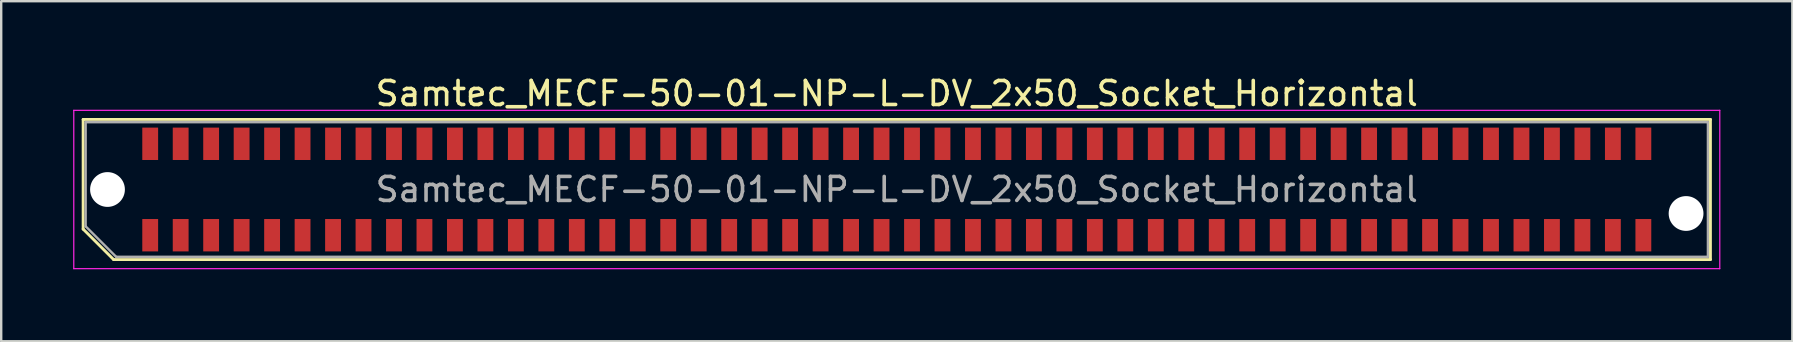
<source format=kicad_pcb>
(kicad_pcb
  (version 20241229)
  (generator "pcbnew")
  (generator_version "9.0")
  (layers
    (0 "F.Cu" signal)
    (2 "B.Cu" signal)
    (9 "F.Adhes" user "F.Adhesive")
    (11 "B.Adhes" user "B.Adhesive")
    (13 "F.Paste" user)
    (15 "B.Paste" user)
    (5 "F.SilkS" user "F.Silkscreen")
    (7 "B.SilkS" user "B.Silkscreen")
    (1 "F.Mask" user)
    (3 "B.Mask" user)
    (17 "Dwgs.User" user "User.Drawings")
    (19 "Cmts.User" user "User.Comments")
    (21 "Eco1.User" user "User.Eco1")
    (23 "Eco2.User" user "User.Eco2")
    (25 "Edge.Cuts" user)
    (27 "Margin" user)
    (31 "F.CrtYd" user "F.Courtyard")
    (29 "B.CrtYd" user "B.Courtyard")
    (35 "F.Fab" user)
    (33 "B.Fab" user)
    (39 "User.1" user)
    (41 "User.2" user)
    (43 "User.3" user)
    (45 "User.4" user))
  (footprint "Samtec_MECF-50-01-NP-L-DV_2x50_Socket_Horizontal"
    (layer "F.Cu")
    (at 34.325 4.848)
    (property "Reference" "Samtec_MECF-50-01-NP-L-DV_2x50_Socket_Horizontal" (at 0 -4 0) (layer "F.SilkS") (effects (font (size 1 1) (thickness 0.15))))
    (attr smd)
    (fp_line (start -33.91 -2.92) (end 33.91 -2.92) (stroke (width 0.12) (type solid)) (layer "F.SilkS"))
    (fp_line (start -33.91 1.65) (end -33.91 -2.92) (stroke (width 0.12) (type solid)) (layer "F.SilkS"))
    (fp_line (start -32.64 2.92) (end -33.91 1.65) (stroke (width 0.12) (type solid)) (layer "F.SilkS"))
    (fp_line (start -32.64 2.92) (end 33.91 2.92) (stroke (width 0.12) (type solid)) (layer "F.SilkS"))
    (fp_line (start 33.91 2.92) (end 33.91 -2.92) (stroke (width 0.12) (type solid)) (layer "F.SilkS"))
    (fp_line (start -34.3 -3.3) (end -34.3 3.3) (stroke (width 0.05) (type solid)) (layer "F.CrtYd"))
    (fp_line (start -34.3 3.3) (end 34.3 3.3) (stroke (width 0.05) (type solid)) (layer "F.CrtYd"))
    (fp_line (start 34.3 -3.3) (end -34.3 -3.3) (stroke (width 0.05) (type solid)) (layer "F.CrtYd"))
    (fp_line (start 34.3 3.3) (end 34.3 -3.3) (stroke (width 0.05) (type solid)) (layer "F.CrtYd"))
    (fp_line (start -33.805 -2.805) (end 33.805 -2.805) (stroke (width 0.1) (type solid)) (layer "F.Fab"))
    (fp_line (start -33.805 1.535) (end -33.805 -2.805) (stroke (width 0.1) (type solid)) (layer "F.Fab"))
    (fp_line (start -33.805 1.535) (end -32.535 2.805) (stroke (width 0.1) (type solid)) (layer "F.Fab"))
    (fp_line (start -32.535 2.805) (end 33.805 2.805) (stroke (width 0.1) (type solid)) (layer "F.Fab"))
    (fp_line (start 33.805 2.805) (end 33.805 -2.805) (stroke (width 0.1) (type solid)) (layer "F.Fab"))
    (fp_text user "${REFERENCE}" (at 0 0 0) (layer "F.Fab") (effects (font (size 1 1) (thickness 0.15))))
    (pad "" np_thru_hole circle (at -32.895 0) (size 1.45 1.45) (drill 1.45) (layers "*.Cu" "*.Mask"))
    (pad "" np_thru_hole circle (at 32.895 1) (size 1.45 1.45) (drill 1.45) (layers "*.Cu" "*.Mask"))
    (pad "1" smd rect (at -31.115 1.905) (size 0.66 1.35) (layers "F.Cu" "F.Mask" "F.Paste"))
    (pad "2" smd rect (at -31.115 -1.905) (size 0.66 1.35) (layers "F.Cu" "F.Mask" "F.Paste"))
    (pad "3" smd rect (at -29.845 1.905) (size 0.66 1.35) (layers "F.Cu" "F.Mask" "F.Paste"))
    (pad "4" smd rect (at -29.845 -1.905) (size 0.66 1.35) (layers "F.Cu" "F.Mask" "F.Paste"))
    (pad "5" smd rect (at -28.575 1.905) (size 0.66 1.35) (layers "F.Cu" "F.Mask" "F.Paste"))
    (pad "6" smd rect (at -28.575 -1.905) (size 0.66 1.35) (layers "F.Cu" "F.Mask" "F.Paste"))
    (pad "7" smd rect (at -27.305 1.905) (size 0.66 1.35) (layers "F.Cu" "F.Mask" "F.Paste"))
    (pad "8" smd rect (at -27.305 -1.905) (size 0.66 1.35) (layers "F.Cu" "F.Mask" "F.Paste"))
    (pad "9" smd rect (at -26.035 1.905) (size 0.66 1.35) (layers "F.Cu" "F.Mask" "F.Paste"))
    (pad "10" smd rect (at -26.035 -1.905) (size 0.66 1.35) (layers "F.Cu" "F.Mask" "F.Paste"))
    (pad "11" smd rect (at -24.765 1.905) (size 0.66 1.35) (layers "F.Cu" "F.Mask" "F.Paste"))
    (pad "12" smd rect (at -24.765 -1.905) (size 0.66 1.35) (layers "F.Cu" "F.Mask" "F.Paste"))
    (pad "13" smd rect (at -23.495 1.905) (size 0.66 1.35) (layers "F.Cu" "F.Mask" "F.Paste"))
    (pad "14" smd rect (at -23.495 -1.905) (size 0.66 1.35) (layers "F.Cu" "F.Mask" "F.Paste"))
    (pad "15" smd rect (at -22.225 1.905) (size 0.66 1.35) (layers "F.Cu" "F.Mask" "F.Paste"))
    (pad "16" smd rect (at -22.225 -1.905) (size 0.66 1.35) (layers "F.Cu" "F.Mask" "F.Paste"))
    (pad "17" smd rect (at -20.955 1.905) (size 0.66 1.35) (layers "F.Cu" "F.Mask" "F.Paste"))
    (pad "18" smd rect (at -20.955 -1.905) (size 0.66 1.35) (layers "F.Cu" "F.Mask" "F.Paste"))
    (pad "19" smd rect (at -19.685 1.905) (size 0.66 1.35) (layers "F.Cu" "F.Mask" "F.Paste"))
    (pad "20" smd rect (at -19.685 -1.905) (size 0.66 1.35) (layers "F.Cu" "F.Mask" "F.Paste"))
    (pad "21" smd rect (at -18.415 1.905) (size 0.66 1.35) (layers "F.Cu" "F.Mask" "F.Paste"))
    (pad "22" smd rect (at -18.415 -1.905) (size 0.66 1.35) (layers "F.Cu" "F.Mask" "F.Paste"))
    (pad "23" smd rect (at -17.145 1.905) (size 0.66 1.35) (layers "F.Cu" "F.Mask" "F.Paste"))
    (pad "24" smd rect (at -17.145 -1.905) (size 0.66 1.35) (layers "F.Cu" "F.Mask" "F.Paste"))
    (pad "25" smd rect (at -15.875 1.905) (size 0.66 1.35) (layers "F.Cu" "F.Mask" "F.Paste"))
    (pad "26" smd rect (at -15.875 -1.905) (size 0.66 1.35) (layers "F.Cu" "F.Mask" "F.Paste"))
    (pad "27" smd rect (at -14.605 1.905) (size 0.66 1.35) (layers "F.Cu" "F.Mask" "F.Paste"))
    (pad "28" smd rect (at -14.605 -1.905) (size 0.66 1.35) (layers "F.Cu" "F.Mask" "F.Paste"))
    (pad "29" smd rect (at -13.335 1.905) (size 0.66 1.35) (layers "F.Cu" "F.Mask" "F.Paste"))
    (pad "30" smd rect (at -13.335 -1.905) (size 0.66 1.35) (layers "F.Cu" "F.Mask" "F.Paste"))
    (pad "31" smd rect (at -12.065 1.905) (size 0.66 1.35) (layers "F.Cu" "F.Mask" "F.Paste"))
    (pad "32" smd rect (at -12.065 -1.905) (size 0.66 1.35) (layers "F.Cu" "F.Mask" "F.Paste"))
    (pad "33" smd rect (at -10.795 1.905) (size 0.66 1.35) (layers "F.Cu" "F.Mask" "F.Paste"))
    (pad "34" smd rect (at -10.795 -1.905) (size 0.66 1.35) (layers "F.Cu" "F.Mask" "F.Paste"))
    (pad "35" smd rect (at -9.525 1.905) (size 0.66 1.35) (layers "F.Cu" "F.Mask" "F.Paste"))
    (pad "36" smd rect (at -9.525 -1.905) (size 0.66 1.35) (layers "F.Cu" "F.Mask" "F.Paste"))
    (pad "37" smd rect (at -8.255 1.905) (size 0.66 1.35) (layers "F.Cu" "F.Mask" "F.Paste"))
    (pad "38" smd rect (at -8.255 -1.905) (size 0.66 1.35) (layers "F.Cu" "F.Mask" "F.Paste"))
    (pad "39" smd rect (at -6.985 1.905) (size 0.66 1.35) (layers "F.Cu" "F.Mask" "F.Paste"))
    (pad "40" smd rect (at -6.985 -1.905) (size 0.66 1.35) (layers "F.Cu" "F.Mask" "F.Paste"))
    (pad "41" smd rect (at -5.715 1.905) (size 0.66 1.35) (layers "F.Cu" "F.Mask" "F.Paste"))
    (pad "42" smd rect (at -5.715 -1.905) (size 0.66 1.35) (layers "F.Cu" "F.Mask" "F.Paste"))
    (pad "43" smd rect (at -4.445 1.905) (size 0.66 1.35) (layers "F.Cu" "F.Mask" "F.Paste"))
    (pad "44" smd rect (at -4.445 -1.905) (size 0.66 1.35) (layers "F.Cu" "F.Mask" "F.Paste"))
    (pad "45" smd rect (at -3.175 1.905) (size 0.66 1.35) (layers "F.Cu" "F.Mask" "F.Paste"))
    (pad "46" smd rect (at -3.175 -1.905) (size 0.66 1.35) (layers "F.Cu" "F.Mask" "F.Paste"))
    (pad "47" smd rect (at -1.905 1.905) (size 0.66 1.35) (layers "F.Cu" "F.Mask" "F.Paste"))
    (pad "48" smd rect (at -1.905 -1.905) (size 0.66 1.35) (layers "F.Cu" "F.Mask" "F.Paste"))
    (pad "49" smd rect (at -0.635 1.905) (size 0.66 1.35) (layers "F.Cu" "F.Mask" "F.Paste"))
    (pad "50" smd rect (at -0.635 -1.905) (size 0.66 1.35) (layers "F.Cu" "F.Mask" "F.Paste"))
    (pad "51" smd rect (at 0.635 1.905) (size 0.66 1.35) (layers "F.Cu" "F.Mask" "F.Paste"))
    (pad "52" smd rect (at 0.635 -1.905) (size 0.66 1.35) (layers "F.Cu" "F.Mask" "F.Paste"))
    (pad "53" smd rect (at 1.905 1.905) (size 0.66 1.35) (layers "F.Cu" "F.Mask" "F.Paste"))
    (pad "54" smd rect (at 1.905 -1.905) (size 0.66 1.35) (layers "F.Cu" "F.Mask" "F.Paste"))
    (pad "55" smd rect (at 3.175 1.905) (size 0.66 1.35) (layers "F.Cu" "F.Mask" "F.Paste"))
    (pad "56" smd rect (at 3.175 -1.905) (size 0.66 1.35) (layers "F.Cu" "F.Mask" "F.Paste"))
    (pad "57" smd rect (at 4.445 1.905) (size 0.66 1.35) (layers "F.Cu" "F.Mask" "F.Paste"))
    (pad "58" smd rect (at 4.445 -1.905) (size 0.66 1.35) (layers "F.Cu" "F.Mask" "F.Paste"))
    (pad "59" smd rect (at 5.715 1.905) (size 0.66 1.35) (layers "F.Cu" "F.Mask" "F.Paste"))
    (pad "60" smd rect (at 5.715 -1.905) (size 0.66 1.35) (layers "F.Cu" "F.Mask" "F.Paste"))
    (pad "61" smd rect (at 6.985 1.905) (size 0.66 1.35) (layers "F.Cu" "F.Mask" "F.Paste"))
    (pad "62" smd rect (at 6.985 -1.905) (size 0.66 1.35) (layers "F.Cu" "F.Mask" "F.Paste"))
    (pad "63" smd rect (at 8.255 1.905) (size 0.66 1.35) (layers "F.Cu" "F.Mask" "F.Paste"))
    (pad "64" smd rect (at 8.255 -1.905) (size 0.66 1.35) (layers "F.Cu" "F.Mask" "F.Paste"))
    (pad "65" smd rect (at 9.525 1.905) (size 0.66 1.35) (layers "F.Cu" "F.Mask" "F.Paste"))
    (pad "66" smd rect (at 9.525 -1.905) (size 0.66 1.35) (layers "F.Cu" "F.Mask" "F.Paste"))
    (pad "67" smd rect (at 10.795 1.905) (size 0.66 1.35) (layers "F.Cu" "F.Mask" "F.Paste"))
    (pad "68" smd rect (at 10.795 -1.905) (size 0.66 1.35) (layers "F.Cu" "F.Mask" "F.Paste"))
    (pad "69" smd rect (at 12.065 1.905) (size 0.66 1.35) (layers "F.Cu" "F.Mask" "F.Paste"))
    (pad "70" smd rect (at 12.065 -1.905) (size 0.66 1.35) (layers "F.Cu" "F.Mask" "F.Paste"))
    (pad "71" smd rect (at 13.335 1.905) (size 0.66 1.35) (layers "F.Cu" "F.Mask" "F.Paste"))
    (pad "72" smd rect (at 13.335 -1.905) (size 0.66 1.35) (layers "F.Cu" "F.Mask" "F.Paste"))
    (pad "73" smd rect (at 14.605 1.905) (size 0.66 1.35) (layers "F.Cu" "F.Mask" "F.Paste"))
    (pad "74" smd rect (at 14.605 -1.905) (size 0.66 1.35) (layers "F.Cu" "F.Mask" "F.Paste"))
    (pad "75" smd rect (at 15.875 1.905) (size 0.66 1.35) (layers "F.Cu" "F.Mask" "F.Paste"))
    (pad "76" smd rect (at 15.875 -1.905) (size 0.66 1.35) (layers "F.Cu" "F.Mask" "F.Paste"))
    (pad "77" smd rect (at 17.145 1.905) (size 0.66 1.35) (layers "F.Cu" "F.Mask" "F.Paste"))
    (pad "78" smd rect (at 17.145 -1.905) (size 0.66 1.35) (layers "F.Cu" "F.Mask" "F.Paste"))
    (pad "79" smd rect (at 18.415 1.905) (size 0.66 1.35) (layers "F.Cu" "F.Mask" "F.Paste"))
    (pad "80" smd rect (at 18.415 -1.905) (size 0.66 1.35) (layers "F.Cu" "F.Mask" "F.Paste"))
    (pad "81" smd rect (at 19.685 1.905) (size 0.66 1.35) (layers "F.Cu" "F.Mask" "F.Paste"))
    (pad "82" smd rect (at 19.685 -1.905) (size 0.66 1.35) (layers "F.Cu" "F.Mask" "F.Paste"))
    (pad "83" smd rect (at 20.955 1.905) (size 0.66 1.35) (layers "F.Cu" "F.Mask" "F.Paste"))
    (pad "84" smd rect (at 20.955 -1.905) (size 0.66 1.35) (layers "F.Cu" "F.Mask" "F.Paste"))
    (pad "85" smd rect (at 22.225 1.905) (size 0.66 1.35) (layers "F.Cu" "F.Mask" "F.Paste"))
    (pad "86" smd rect (at 22.225 -1.905) (size 0.66 1.35) (layers "F.Cu" "F.Mask" "F.Paste"))
    (pad "87" smd rect (at 23.495 1.905) (size 0.66 1.35) (layers "F.Cu" "F.Mask" "F.Paste"))
    (pad "88" smd rect (at 23.495 -1.905) (size 0.66 1.35) (layers "F.Cu" "F.Mask" "F.Paste"))
    (pad "89" smd rect (at 24.765 1.905) (size 0.66 1.35) (layers "F.Cu" "F.Mask" "F.Paste"))
    (pad "90" smd rect (at 24.765 -1.905) (size 0.66 1.35) (layers "F.Cu" "F.Mask" "F.Paste"))
    (pad "91" smd rect (at 26.035 1.905) (size 0.66 1.35) (layers "F.Cu" "F.Mask" "F.Paste"))
    (pad "92" smd rect (at 26.035 -1.905) (size 0.66 1.35) (layers "F.Cu" "F.Mask" "F.Paste"))
    (pad "93" smd rect (at 27.305 1.905) (size 0.66 1.35) (layers "F.Cu" "F.Mask" "F.Paste"))
    (pad "94" smd rect (at 27.305 -1.905) (size 0.66 1.35) (layers "F.Cu" "F.Mask" "F.Paste"))
    (pad "95" smd rect (at 28.575 1.905) (size 0.66 1.35) (layers "F.Cu" "F.Mask" "F.Paste"))
    (pad "96" smd rect (at 28.575 -1.905) (size 0.66 1.35) (layers "F.Cu" "F.Mask" "F.Paste"))
    (pad "97" smd rect (at 29.845 1.905) (size 0.66 1.35) (layers "F.Cu" "F.Mask" "F.Paste"))
    (pad "98" smd rect (at 29.845 -1.905) (size 0.66 1.35) (layers "F.Cu" "F.Mask" "F.Paste"))
    (pad "99" smd rect (at 31.115 1.905) (size 0.66 1.35) (layers "F.Cu" "F.Mask" "F.Paste"))
    (pad "100" smd rect (at 31.115 -1.905) (size 0.66 1.35) (layers "F.Cu" "F.Mask" "F.Paste")))
  (gr_rect
    (start -3 -3)
    (end 71.65 11.173)
    (stroke (width 0.1) (type default))
    (fill no)
    (layer "Edge.Cuts")))
</source>
